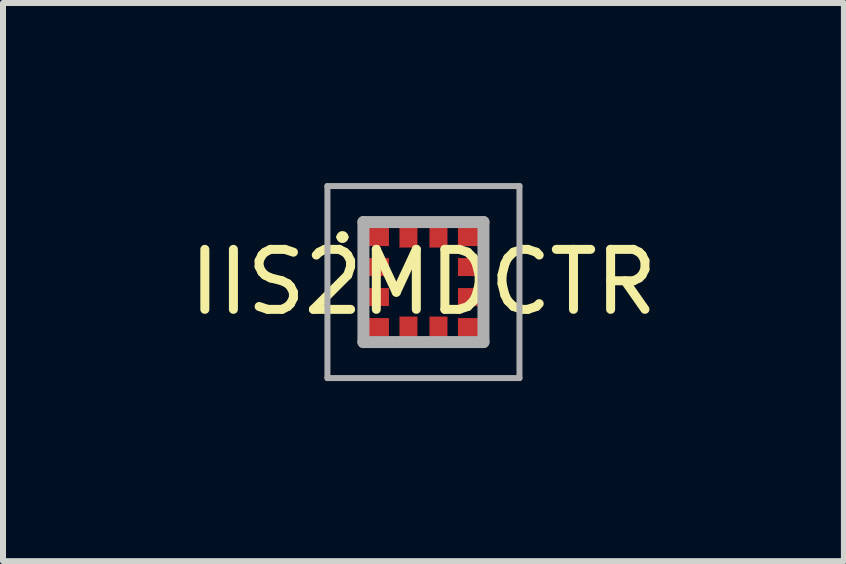
<source format=kicad_pcb>
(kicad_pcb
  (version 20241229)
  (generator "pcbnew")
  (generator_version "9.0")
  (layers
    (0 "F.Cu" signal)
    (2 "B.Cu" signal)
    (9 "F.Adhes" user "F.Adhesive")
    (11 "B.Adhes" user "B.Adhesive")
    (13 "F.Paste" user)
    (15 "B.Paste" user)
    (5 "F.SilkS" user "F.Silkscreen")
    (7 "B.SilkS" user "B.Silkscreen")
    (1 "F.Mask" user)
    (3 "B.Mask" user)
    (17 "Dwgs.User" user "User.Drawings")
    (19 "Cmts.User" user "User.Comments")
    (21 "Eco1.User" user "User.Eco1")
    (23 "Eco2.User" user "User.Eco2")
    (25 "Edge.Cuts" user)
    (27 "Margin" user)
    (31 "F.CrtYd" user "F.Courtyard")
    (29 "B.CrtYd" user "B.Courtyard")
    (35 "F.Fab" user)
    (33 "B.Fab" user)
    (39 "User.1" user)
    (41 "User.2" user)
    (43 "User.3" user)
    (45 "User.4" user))
  (footprint "IIS2MDCTR"
    (layer "F.Cu")
    (at 4.006 1.65)
    (property "Reference" "IIS2MDCTR" (at 0 0 0) (layer "F.SilkS") (effects (font (size 1 1) (thickness 0.15))))
    (attr smd)
    (fp_line (start -1.4 -0.75) (end -1.4 -0.75) (stroke (width 0.1) (type solid)) (layer "F.SilkS"))
    (fp_line (start -1.3 -0.75) (end -1.3 -0.75) (stroke (width 0.1) (type solid)) (layer "F.SilkS"))
    (fp_arc (start -1.4 -0.75) (mid -1.35 -0.8) (end -1.3 -0.75) (stroke (width 0.1) (type solid)) (layer "F.SilkS"))
    (fp_arc (start -1.3 -0.75) (mid -1.35 -0.7) (end -1.4 -0.75) (stroke (width 0.1) (type solid)) (layer "F.SilkS"))
    (fp_line (start -1.6 -1.6) (end 1.6 -1.6) (stroke (width 0.1) (type solid)) (layer "F.Fab"))
    (fp_line (start -1.6 1.6) (end -1.6 -1.6) (stroke (width 0.1) (type solid)) (layer "F.Fab"))
    (fp_line (start -1 -1) (end 1 -1) (stroke (width 0.2) (type solid)) (layer "F.Fab"))
    (fp_line (start -1 1) (end -1 -1) (stroke (width 0.2) (type solid)) (layer "F.Fab"))
    (fp_line (start 1 -1) (end 1 1) (stroke (width 0.2) (type solid)) (layer "F.Fab"))
    (fp_line (start 1 1) (end -1 1) (stroke (width 0.2) (type solid)) (layer "F.Fab"))
    (fp_line (start 1.6 -1.6) (end 1.6 1.6) (stroke (width 0.1) (type solid)) (layer "F.Fab"))
    (fp_line (start 1.6 1.6) (end -1.6 1.6) (stroke (width 0.1) (type solid)) (layer "F.Fab"))
    (pad "1" smd rect (at -0.75 -0.75) (size 0.35 0.3) (layers "F.Cu" "F.Mask" "F.Paste"))
    (pad "2" smd rect (at -0.75 -0.25) (size 0.35 0.3) (layers "F.Cu" "F.Mask" "F.Paste"))
    (pad "3" smd rect (at -0.75 0.25) (size 0.35 0.3) (layers "F.Cu" "F.Mask" "F.Paste"))
    (pad "4" smd rect (at -0.75 0.75) (size 0.35 0.3) (layers "F.Cu" "F.Mask" "F.Paste"))
    (pad "5" smd rect (at -0.25 0.75) (size 0.3 0.35) (layers "F.Cu" "F.Mask" "F.Paste"))
    (pad "6" smd rect (at 0.25 0.75) (size 0.3 0.35) (layers "F.Cu" "F.Mask" "F.Paste"))
    (pad "7" smd rect (at 0.75 0.75) (size 0.35 0.3) (layers "F.Cu" "F.Mask" "F.Paste"))
    (pad "8" smd rect (at 0.75 0.25) (size 0.35 0.3) (layers "F.Cu" "F.Mask" "F.Paste"))
    (pad "9" smd rect (at 0.75 -0.25) (size 0.35 0.3) (layers "F.Cu" "F.Mask" "F.Paste"))
    (pad "10" smd rect (at 0.75 -0.75) (size 0.35 0.3) (layers "F.Cu" "F.Mask" "F.Paste"))
    (pad "11" smd rect (at 0.25 -0.75) (size 0.3 0.35) (layers "F.Cu" "F.Mask" "F.Paste"))
    (pad "12" smd rect (at -0.25 -0.75) (size 0.3 0.35) (layers "F.Cu" "F.Mask" "F.Paste")))
  (gr_rect
    (start -3 -3)
    (end 11.012 6.3)
    (stroke (width 0.1) (type default))
    (fill no)
    (layer "Edge.Cuts")))
</source>
